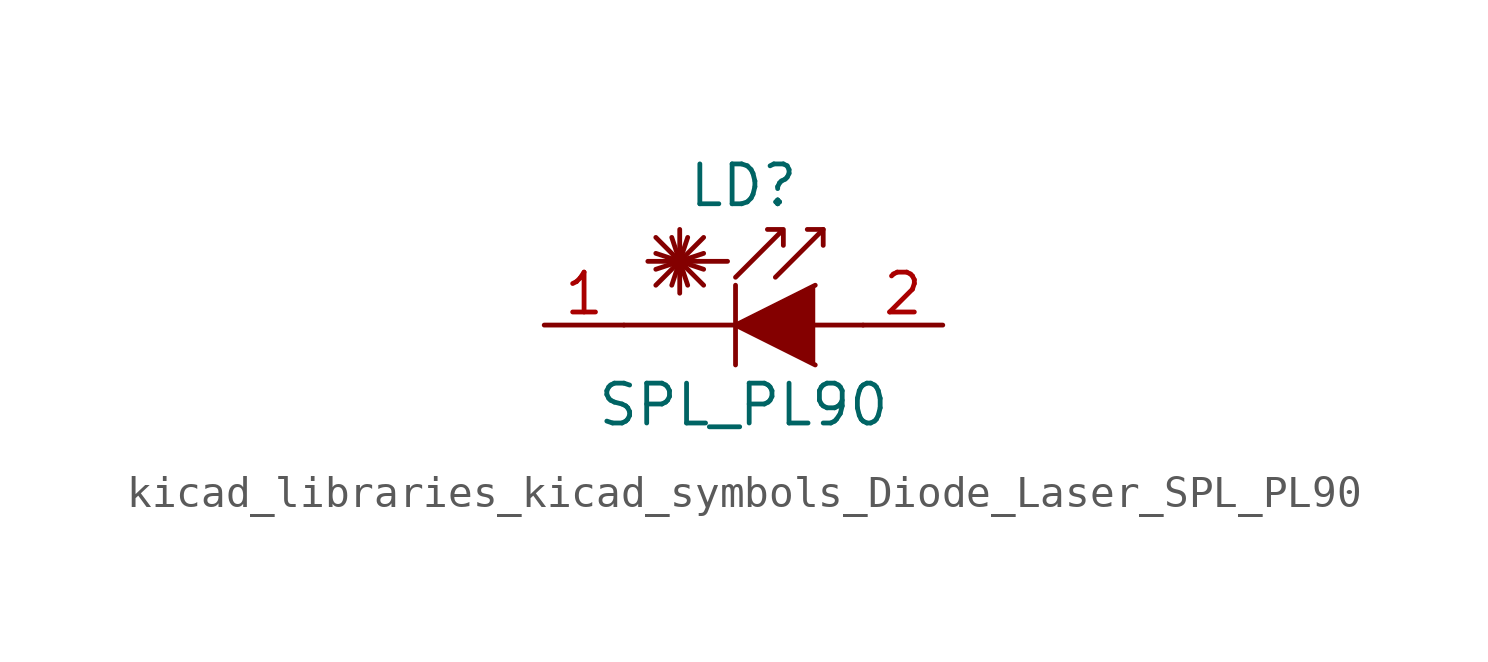
<source format=kicad_sym>
(kicad_symbol_lib
  (version 20220914)
  (generator kicad_symbol_editor)
  (symbol "kicad_libraries_kicad_symbols_Diode_Laser_SPL_PL90"
    (pin_names
      (offset 1.016) hide)
    (property "Reference" "LD"
      (at -1.27 4.445 0)
      (effects (font (size 1.27 1.27))))
    (property "Value" "SPL_PL90"
      (at -1.27 -2.54 0)
      (effects (font (size 1.27 1.27))))
    (symbol "kicad_libraries_kicad_symbols_Diode_Laser_SPL_PL90_0_1"
      (polyline (pts (xy -4.064 1.27) (xy -2.54 2.794)) (stroke (width 0) (type default)) (fill (type none)))
      (polyline (pts (xy -4.064 1.778) (xy -2.54 2.286)) (stroke (width 0) (type default)) (fill (type none)))
      (polyline (pts (xy -4.064 2.286) (xy -2.54 1.778)) (stroke (width 0) (type default)) (fill (type none)))
      (polyline (pts (xy -4.064 2.794) (xy -2.54 1.27)) (stroke (width 0) (type default)) (fill (type none)))
      (polyline (pts (xy -3.556 2.794) (xy -3.048 1.27)) (stroke (width 0) (type default)) (fill (type none)))
      (polyline (pts (xy -3.302 2.032) (xy -3.302 1.016)) (stroke (width 0) (type default)) (fill (type none)))
      (polyline (pts (xy -3.302 2.032) (xy -3.302 3.048)) (stroke (width 0) (type default)) (fill (type none)))
      (polyline (pts (xy -3.048 2.794) (xy -3.556 1.27)) (stroke (width 0) (type default)) (fill (type none)))
      (polyline (pts (xy -1.778 2.032) (xy -4.318 2.032)) (stroke (width 0) (type default)) (fill (type none)))
      (polyline (pts (xy -1.524 1.27) (xy -1.524 -1.27)) (stroke (width 0.152) (type default)) (fill (type none)))
      (polyline (pts (xy 1.27 3.048) (xy 0.762 3.048)) (stroke (width 0) (type default)) (fill (type none)))
      (polyline (pts (xy 2.54 0) (xy -5.08 0)) (stroke (width 0) (type default)) (fill (type none)))
      (polyline (pts (xy -0.254 1.524) (xy 1.27 3.048) (xy 1.27 2.54)) (stroke (width 0) (type default)) (fill (type none)))
      (polyline (pts (xy 1.016 1.27) (xy -1.524 0) (xy 1.016 -1.27)) (stroke (width 0) (type default)) (fill (type outline)))
      (polyline (pts (xy -1.524 1.524) (xy 0 3.048) (xy 0 2.54) (xy 0 3.048) (xy -0.508 3.048)) (stroke (width 0) (type default)) (fill (type none))))
    (symbol "kicad_libraries_kicad_symbols_Diode_Laser_SPL_PL90_1_1"
      (pin passive line (at -7.62 0 0) (length 2.54) (name "C" (effects (font (size 1.27 1.27)))) (number "1" (effects (font (size 1.27 1.27)))))
      (pin passive line (at 5.08 0 180) (length 2.54) (name "A" (effects (font (size 1.27 1.27)))) (number "2" (effects (font (size 1.27 1.27))))))))
</source>
